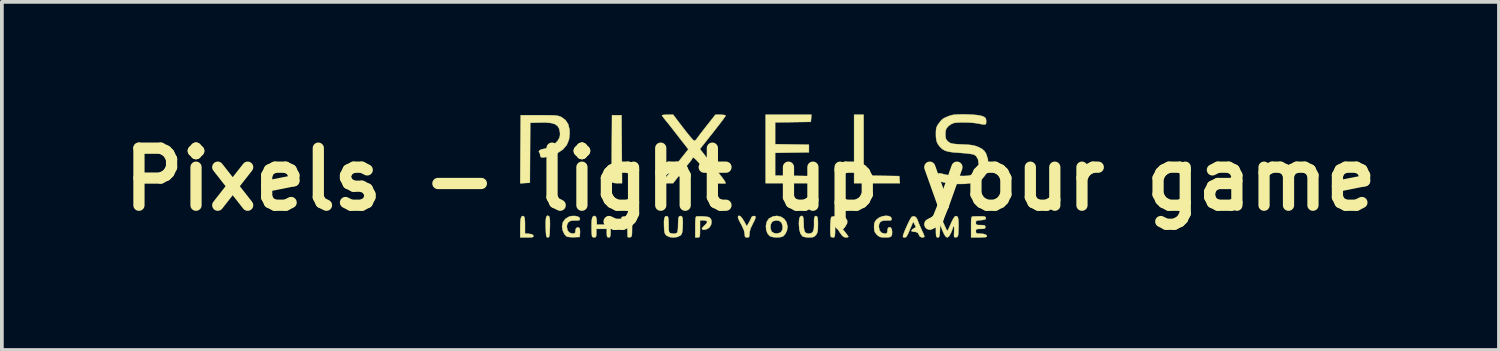
<source format=kicad_pcb>
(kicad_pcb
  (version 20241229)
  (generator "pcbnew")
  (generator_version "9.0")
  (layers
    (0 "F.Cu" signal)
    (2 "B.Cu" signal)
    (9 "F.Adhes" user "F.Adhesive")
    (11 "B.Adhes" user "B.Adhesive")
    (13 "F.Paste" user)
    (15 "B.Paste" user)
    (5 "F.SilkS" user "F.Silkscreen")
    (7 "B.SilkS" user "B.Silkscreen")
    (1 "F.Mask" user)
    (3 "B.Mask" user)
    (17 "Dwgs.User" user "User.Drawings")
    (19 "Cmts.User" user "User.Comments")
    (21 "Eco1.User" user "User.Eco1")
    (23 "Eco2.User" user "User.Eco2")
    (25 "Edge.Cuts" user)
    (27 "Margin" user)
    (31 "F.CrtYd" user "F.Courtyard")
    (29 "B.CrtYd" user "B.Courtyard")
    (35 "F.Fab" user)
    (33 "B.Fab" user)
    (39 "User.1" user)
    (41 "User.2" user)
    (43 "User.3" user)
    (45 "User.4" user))
  (footprint "Pixels - light up your game"
    (layer "F.Cu")
    (at 16.989 1.741)
    (property "Reference" "Pixels - light up your game" (at 0 0 0) (layer "F.SilkS") (effects (font (size 1.524 1.524) (thickness 0.3))))
    (attr through_hole)
    (fp_poly (pts (xy 3.023 -0.103) (xy 3.499 -0.096) (xy 3.975 -0.089) (xy 3.991 0.102) (xy 2.769 0.102) (xy 2.769 -1.727) (xy 3.023 -1.727) (xy 3.023 -0.103)) (stroke (width 0.01) (type solid)) (fill yes) (layer "F.SilkS"))
    (fp_poly (pts (xy 1.613 -1.537) (xy 0.66 -1.523) (xy 0.66 -0.941) (xy 1.111 -0.934) (xy 1.562 -0.927) (xy 1.562 -0.724) (xy 0.66 -0.71) (xy 0.66 -0.103) (xy 1.149 -0.096) (xy 1.638 -0.089) (xy 1.654 0.102) (xy 0.406 0.102) (xy 0.406 -1.727) (xy 1.629 -1.727) (xy 1.613 -1.537)) (stroke (width 0.01) (type solid)) (fill yes) (layer "F.SilkS"))
    (fp_poly (pts (xy -3.435 -0.806) (xy -3.428 0.102) (xy -3.556 0.102) (xy -3.642 0.095) (xy -3.691 0.078) (xy -3.697 0.07) (xy -3.7 0.038) (xy -3.702 -0.039) (xy -3.703 -0.155) (xy -3.704 -0.303) (xy -3.704 -0.477) (xy -3.703 -0.672) (xy -3.702 -0.838) (xy -3.696 -1.714) (xy -3.442 -1.714) (xy -3.435 -0.806)) (stroke (width 0.01) (type solid)) (fill yes) (layer "F.SilkS"))
    (fp_poly (pts (xy -6.055 0.983) (xy -6.037 1.004) (xy -6.026 1.058) (xy -6.02 1.15) (xy -6.02 1.22) (xy -6.02 1.445) (xy -5.912 1.453) (xy -5.836 1.465) (xy -5.801 1.491) (xy -5.796 1.505) (xy -5.797 1.528) (xy -5.82 1.542) (xy -5.872 1.548) (xy -5.966 1.549) (xy -5.967 1.549) (xy -6.147 1.549) (xy -6.147 1.288) (xy -6.144 1.148) (xy -6.134 1.053) (xy -6.115 0.998) (xy -6.086 0.977) (xy -6.055 0.983)) (stroke (width 0.01) (type solid)) (fill yes) (layer "F.SilkS"))
    (fp_poly (pts (xy -5.378 0.985) (xy -5.363 1.017) (xy -5.355 1.085) (xy -5.353 1.194) (xy -5.355 1.28) (xy -5.359 1.401) (xy -5.365 1.479) (xy -5.374 1.524) (xy -5.388 1.544) (xy -5.409 1.549) (xy -5.41 1.549) (xy -5.432 1.545) (xy -5.446 1.525) (xy -5.455 1.482) (xy -5.461 1.407) (xy -5.465 1.289) (xy -5.466 1.28) (xy -5.467 1.135) (xy -5.459 1.036) (xy -5.441 0.981) (xy -5.413 0.967) (xy -5.378 0.985)) (stroke (width 0.01) (type solid)) (fill yes) (layer "F.SilkS"))
    (fp_poly (pts (xy -0.279 0.977) (xy -0.277 0.977) (xy -0.246 1.006) (xy -0.202 1.065) (xy -0.168 1.12) (xy -0.096 1.25) (xy -0.035 1.143) (xy 0.00036 1.076) (xy 0.022 1.028) (xy 0.025 1.016) (xy 0.046 0.989) (xy 0.09 0.976) (xy 0.131 0.985) (xy 0.134 0.988) (xy 0.136 1.024) (xy 0.109 1.096) (xy 0.067 1.177) (xy 0.005 1.305) (xy -0.023 1.409) (xy -0.025 1.446) (xy -0.029 1.512) (xy -0.044 1.542) (xy -0.081 1.549) (xy -0.089 1.549) (xy -0.131 1.543) (xy -0.149 1.514) (xy -0.152 1.457) (xy -0.171 1.361) (xy -0.229 1.233) (xy -0.255 1.186) (xy -0.311 1.078) (xy -0.334 1.007) (xy -0.323 0.973) (xy -0.279 0.977)) (stroke (width 0.01) (type solid)) (fill yes) (layer "F.SilkS"))
    (fp_poly (pts (xy -3.122 0.986) (xy -3.066 0.993) (xy -3.039 1.007) (xy -3.028 1.032) (xy -3.027 1.037) (xy -3.034 1.077) (xy -3.076 1.095) (xy -3.089 1.097) (xy -3.159 1.105) (xy -3.161 1.321) (xy -3.162 1.426) (xy -3.167 1.49) (xy -3.178 1.525) (xy -3.197 1.54) (xy -3.219 1.545) (xy -3.265 1.543) (xy -3.279 1.532) (xy -3.28 1.498) (xy -3.282 1.428) (xy -3.285 1.334) (xy -3.285 1.308) (xy -3.288 1.207) (xy -3.294 1.146) (xy -3.306 1.115) (xy -3.328 1.102) (xy -3.357 1.097) (xy -3.412 1.078) (xy -3.442 1.045) (xy -3.437 1.01) (xy -3.426 1.001) (xy -3.389 0.993) (xy -3.317 0.988) (xy -3.224 0.985) (xy -3.218 0.985) (xy -3.122 0.986)) (stroke (width 0.01) (type solid)) (fill yes) (layer "F.SilkS"))
    (fp_poly (pts (xy -1.229 0.99) (xy -1.142 1.001) (xy -1.093 1.015) (xy -1.051 1.064) (xy -1.037 1.136) (xy -1.052 1.214) (xy -1.094 1.281) (xy -1.108 1.294) (xy -1.169 1.328) (xy -1.231 1.345) (xy -1.278 1.34) (xy -1.295 1.316) (xy -1.277 1.282) (xy -1.232 1.235) (xy -1.215 1.219) (xy -1.162 1.162) (xy -1.157 1.121) (xy -1.199 1.097) (xy -1.259 1.092) (xy -1.346 1.092) (xy -1.346 1.321) (xy -1.347 1.429) (xy -1.35 1.496) (xy -1.359 1.532) (xy -1.376 1.547) (xy -1.404 1.549) (xy -1.41 1.549) (xy -1.473 1.549) (xy -1.473 1.27) (xy -1.471 1.138) (xy -1.466 1.051) (xy -1.456 1.003) (xy -1.441 0.988) (xy -1.335 0.985) (xy -1.229 0.99)) (stroke (width 0.01) (type solid)) (fill yes) (layer "F.SilkS"))
    (fp_poly (pts (xy -4.615 0.989) (xy -4.564 1.02) (xy -4.551 1.06) (xy -4.566 1.086) (xy -4.606 1.097) (xy -4.682 1.096) (xy -4.791 1.102) (xy -4.862 1.14) (xy -4.897 1.211) (xy -4.902 1.27) (xy -4.883 1.364) (xy -4.829 1.425) (xy -4.745 1.448) (xy -4.741 1.448) (xy -4.693 1.44) (xy -4.675 1.406) (xy -4.674 1.374) (xy -4.659 1.31) (xy -4.631 1.285) (xy -4.582 1.282) (xy -4.556 1.32) (xy -4.55 1.403) (xy -4.551 1.425) (xy -4.559 1.537) (xy -4.712 1.543) (xy -4.801 1.542) (xy -4.875 1.533) (xy -4.909 1.523) (xy -4.967 1.462) (xy -5.01 1.37) (xy -5.029 1.263) (xy -5.029 1.249) (xy -5.006 1.141) (xy -4.941 1.054) (xy -4.844 0.995) (xy -4.786 0.98) (xy -4.693 0.975) (xy -4.615 0.989)) (stroke (width 0.01) (type solid)) (fill yes) (layer "F.SilkS"))
    (fp_poly (pts (xy 1.402 0.993) (xy 1.418 1.059) (xy 1.422 1.172) (xy 1.427 1.296) (xy 1.442 1.378) (xy 1.473 1.425) (xy 1.524 1.445) (xy 1.564 1.448) (xy 1.63 1.434) (xy 1.674 1.39) (xy 1.696 1.31) (xy 1.7 1.188) (xy 1.699 1.167) (xy 1.7 1.061) (xy 1.713 0.999) (xy 1.74 0.977) (xy 1.766 0.982) (xy 1.786 1.002) (xy 1.797 1.05) (xy 1.803 1.135) (xy 1.803 1.206) (xy 1.801 1.318) (xy 1.793 1.393) (xy 1.775 1.445) (xy 1.751 1.482) (xy 1.711 1.523) (xy 1.662 1.543) (xy 1.585 1.549) (xy 1.565 1.549) (xy 1.481 1.544) (xy 1.413 1.529) (xy 1.39 1.518) (xy 1.337 1.447) (xy 1.305 1.333) (xy 1.295 1.183) (xy 1.301 1.072) (xy 1.32 1.007) (xy 1.332 0.992) (xy 1.374 0.971) (xy 1.402 0.993)) (stroke (width 0.01) (type solid)) (fill yes) (layer "F.SilkS"))
    (fp_poly (pts (xy 0.818 0.999) (xy 0.905 1.058) (xy 0.966 1.147) (xy 0.99 1.261) (xy 0.991 1.27) (xy 0.975 1.365) (xy 0.933 1.453) (xy 0.877 1.516) (xy 0.865 1.523) (xy 0.794 1.543) (xy 0.699 1.549) (xy 0.603 1.54) (xy 0.528 1.518) (xy 0.514 1.51) (xy 0.454 1.44) (xy 0.421 1.343) (xy 0.417 1.279) (xy 0.534 1.279) (xy 0.551 1.36) (xy 0.575 1.401) (xy 0.639 1.438) (xy 0.721 1.445) (xy 0.797 1.42) (xy 0.817 1.406) (xy 0.854 1.342) (xy 0.861 1.257) (xy 0.838 1.173) (xy 0.824 1.149) (xy 0.766 1.105) (xy 0.687 1.093) (xy 0.609 1.114) (xy 0.58 1.134) (xy 0.544 1.196) (xy 0.534 1.279) (xy 0.417 1.279) (xy 0.414 1.236) (xy 0.436 1.134) (xy 0.486 1.055) (xy 0.499 1.043) (xy 0.605 0.987) (xy 0.714 0.974) (xy 0.818 0.999)) (stroke (width 0.01) (type solid)) (fill yes) (layer "F.SilkS"))
    (fp_poly (pts (xy -4.124 1.002) (xy -4.106 1.073) (xy -4.104 1.111) (xy -4.102 1.206) (xy -3.848 1.206) (xy -3.835 1.092) (xy -3.824 1.026) (xy -3.81 0.988) (xy -3.804 0.984) (xy -3.762 0.991) (xy -3.759 0.991) (xy -3.748 1.015) (xy -3.739 1.083) (xy -3.735 1.19) (xy -3.734 1.27) (xy -3.734 1.392) (xy -3.737 1.473) (xy -3.744 1.52) (xy -3.756 1.542) (xy -3.775 1.549) (xy -3.785 1.549) (xy -3.816 1.542) (xy -3.831 1.511) (xy -3.835 1.443) (xy -3.835 1.435) (xy -3.835 1.321) (xy -4.115 1.321) (xy -4.115 1.435) (xy -4.118 1.507) (xy -4.133 1.541) (xy -4.161 1.549) (xy -4.21 1.541) (xy -4.225 1.532) (xy -4.232 1.501) (xy -4.238 1.431) (xy -4.241 1.334) (xy -4.242 1.269) (xy -4.24 1.146) (xy -4.233 1.064) (xy -4.22 1.014) (xy -4.203 0.99) (xy -4.158 0.973) (xy -4.124 1.002)) (stroke (width 0.01) (type solid)) (fill yes) (layer "F.SilkS"))
    (fp_poly (pts (xy 3.696 0.979) (xy 3.751 1.007) (xy 3.772 1.055) (xy 3.765 1.083) (xy 3.737 1.096) (xy 3.675 1.097) (xy 3.642 1.096) (xy 3.536 1.101) (xy 3.469 1.134) (xy 3.435 1.198) (xy 3.429 1.268) (xy 3.448 1.363) (xy 3.501 1.425) (xy 3.585 1.448) (xy 3.59 1.448) (xy 3.638 1.44) (xy 3.656 1.408) (xy 3.658 1.371) (xy 3.671 1.306) (xy 3.698 1.278) (xy 3.744 1.282) (xy 3.774 1.329) (xy 3.784 1.401) (xy 3.779 1.478) (xy 3.757 1.523) (xy 3.706 1.544) (xy 3.617 1.549) (xy 3.602 1.549) (xy 3.512 1.546) (xy 3.452 1.533) (xy 3.405 1.502) (xy 3.376 1.475) (xy 3.33 1.42) (xy 3.308 1.362) (xy 3.302 1.278) (xy 3.302 1.27) (xy 3.307 1.183) (xy 3.328 1.124) (xy 3.372 1.069) (xy 3.374 1.067) (xy 3.446 1.015) (xy 3.532 0.983) (xy 3.619 0.971) (xy 3.696 0.979)) (stroke (width 0.01) (type solid)) (fill yes) (layer "F.SilkS"))
    (fp_poly (pts (xy 4.419 1.008) (xy 4.457 1.068) (xy 4.459 1.073) (xy 4.483 1.139) (xy 4.523 1.235) (xy 4.57 1.343) (xy 4.613 1.433) (xy 4.641 1.501) (xy 4.642 1.536) (xy 4.61 1.548) (xy 4.586 1.549) (xy 4.529 1.53) (xy 4.507 1.492) (xy 4.474 1.431) (xy 4.418 1.402) (xy 4.36 1.397) (xy 4.308 1.388) (xy 4.3 1.362) (xy 4.336 1.325) (xy 4.413 1.28) (xy 4.415 1.279) (xy 4.411 1.256) (xy 4.388 1.207) (xy 4.385 1.202) (xy 4.347 1.13) (xy 4.293 1.257) (xy 4.241 1.379) (xy 4.204 1.461) (xy 4.177 1.511) (xy 4.156 1.538) (xy 4.135 1.548) (xy 4.113 1.549) (xy 4.076 1.541) (xy 4.074 1.505) (xy 4.078 1.492) (xy 4.106 1.412) (xy 4.146 1.315) (xy 4.192 1.212) (xy 4.238 1.117) (xy 4.278 1.043) (xy 4.307 1.001) (xy 4.31 0.998) (xy 4.365 0.982) (xy 4.419 1.008)) (stroke (width 0.01) (type solid)) (fill yes) (layer "F.SilkS"))
    (fp_poly (pts (xy -1.824 0.999) (xy -1.809 1.058) (xy -1.805 1.158) (xy -1.807 1.231) (xy -1.813 1.341) (xy -1.822 1.412) (xy -1.837 1.457) (xy -1.862 1.489) (xy -1.876 1.501) (xy -1.956 1.538) (xy -2.057 1.55) (xy -2.159 1.538) (xy -2.238 1.501) (xy -2.269 1.47) (xy -2.288 1.43) (xy -2.3 1.366) (xy -2.306 1.267) (xy -2.307 1.247) (xy -2.308 1.113) (xy -2.295 1.026) (xy -2.267 0.983) (xy -2.223 0.981) (xy -2.221 0.982) (xy -2.202 1.003) (xy -2.19 1.054) (xy -2.185 1.143) (xy -2.184 1.208) (xy -2.183 1.312) (xy -2.178 1.376) (xy -2.167 1.412) (xy -2.146 1.431) (xy -2.127 1.438) (xy -2.047 1.451) (xy -1.98 1.438) (xy -1.95 1.413) (xy -1.941 1.375) (xy -1.934 1.301) (xy -1.931 1.206) (xy -1.931 1.19) (xy -1.927 1.079) (xy -1.917 1.012) (xy -1.898 0.984) (xy -1.896 0.983) (xy -1.852 0.976) (xy -1.824 0.999)) (stroke (width 0.01) (type solid)) (fill yes) (layer "F.SilkS"))
    (fp_poly (pts (xy 2.392 0.993) (xy 2.478 1.008) (xy 2.537 1.028) (xy 2.546 1.035) (xy 2.585 1.1) (xy 2.581 1.177) (xy 2.532 1.254) (xy 2.527 1.26) (xy 2.462 1.324) (xy 2.539 1.422) (xy 2.584 1.481) (xy 2.612 1.523) (xy 2.616 1.534) (xy 2.594 1.545) (xy 2.546 1.549) (xy 2.497 1.538) (xy 2.45 1.5) (xy 2.394 1.426) (xy 2.349 1.356) (xy 2.319 1.302) (xy 2.311 1.28) (xy 2.333 1.255) (xy 2.384 1.228) (xy 2.39 1.226) (xy 2.45 1.19) (xy 2.463 1.15) (xy 2.431 1.116) (xy 2.358 1.097) (xy 2.356 1.097) (xy 2.261 1.089) (xy 2.261 1.319) (xy 2.26 1.429) (xy 2.255 1.497) (xy 2.246 1.533) (xy 2.229 1.548) (xy 2.214 1.549) (xy 2.166 1.541) (xy 2.151 1.532) (xy 2.14 1.497) (xy 2.134 1.426) (xy 2.132 1.333) (xy 2.134 1.231) (xy 2.139 1.133) (xy 2.148 1.054) (xy 2.159 1.007) (xy 2.163 1.001) (xy 2.216 0.988) (xy 2.298 0.985) (xy 2.392 0.993)) (stroke (width 0.01) (type solid)) (fill yes) (layer "F.SilkS"))
    (fp_poly (pts (xy -5.466 -1.714) (xy -5.335 -1.712) (xy -5.239 -1.709) (xy -5.169 -1.702) (xy -5.118 -1.692) (xy -5.077 -1.678) (xy -5.042 -1.661) (xy -4.936 -1.582) (xy -4.866 -1.474) (xy -4.831 -1.331) (xy -4.826 -1.237) (xy -4.845 -1.066) (xy -4.904 -0.921) (xy -5.004 -0.802) (xy -5.148 -0.706) (xy -5.337 -0.631) (xy -5.358 -0.625) (xy -5.475 -0.594) (xy -5.551 -0.585) (xy -5.595 -0.596) (xy -5.612 -0.63) (xy -5.613 -0.646) (xy -5.624 -0.701) (xy -5.643 -0.726) (xy -5.65 -0.751) (xy -5.624 -0.78) (xy -5.576 -0.804) (xy -5.526 -0.813) (xy -5.436 -0.832) (xy -5.332 -0.879) (xy -5.232 -0.946) (xy -5.155 -1.021) (xy -5.142 -1.039) (xy -5.098 -1.117) (xy -5.083 -1.186) (xy -5.086 -1.258) (xy -5.108 -1.356) (xy -5.151 -1.428) (xy -5.222 -1.478) (xy -5.327 -1.507) (xy -5.47 -1.52) (xy -5.626 -1.519) (xy -5.88 -1.511) (xy -5.885 -0.711) (xy -5.889 0.089) (xy -6.018 0.097) (xy -6.147 0.104) (xy -6.141 -0.805) (xy -6.134 -1.714) (xy -5.639 -1.714) (xy -5.466 -1.714)) (stroke (width 0.01) (type solid)) (fill yes) (layer "F.SilkS"))
    (fp_poly (pts (xy 6.178 0.986) (xy 6.238 0.99) (xy 6.271 1) (xy 6.285 1.017) (xy 6.287 1.032) (xy 6.278 1.061) (xy 6.245 1.077) (xy 6.175 1.086) (xy 6.153 1.087) (xy 6.075 1.094) (xy 6.036 1.106) (xy 6.021 1.132) (xy 6.02 1.157) (xy 6.024 1.194) (xy 6.046 1.212) (xy 6.097 1.219) (xy 6.147 1.219) (xy 6.223 1.222) (xy 6.261 1.233) (xy 6.273 1.258) (xy 6.274 1.27) (xy 6.267 1.3) (xy 6.239 1.316) (xy 6.176 1.321) (xy 6.147 1.321) (xy 6.071 1.323) (xy 6.034 1.333) (xy 6.021 1.359) (xy 6.02 1.384) (xy 6.024 1.422) (xy 6.046 1.441) (xy 6.098 1.447) (xy 6.144 1.448) (xy 6.226 1.456) (xy 6.287 1.477) (xy 6.316 1.506) (xy 6.307 1.533) (xy 6.276 1.541) (xy 6.207 1.546) (xy 6.114 1.549) (xy 6.092 1.549) (xy 5.893 1.549) (xy 5.893 1.27) (xy 5.893 1.148) (xy 5.896 1.067) (xy 5.903 1.02) (xy 5.915 0.997) (xy 5.934 0.99) (xy 5.944 0.989) (xy 6.082 0.985) (xy 6.178 0.986)) (stroke (width 0.01) (type solid)) (fill yes) (layer "F.SilkS"))
    (fp_poly (pts (xy 5.078 1.023) (xy 5.135 1.119) (xy 5.167 1.192) (xy 5.205 1.277) (xy 5.236 1.341) (xy 5.255 1.371) (xy 5.256 1.372) (xy 5.275 1.351) (xy 5.301 1.299) (xy 5.305 1.289) (xy 5.367 1.148) (xy 5.416 1.051) (xy 5.453 0.997) (xy 5.473 0.982) (xy 5.512 0.98) (xy 5.539 1.012) (xy 5.554 1.083) (xy 5.559 1.197) (xy 5.557 1.286) (xy 5.553 1.401) (xy 5.548 1.474) (xy 5.538 1.516) (xy 5.522 1.536) (xy 5.497 1.544) (xy 5.49 1.545) (xy 5.458 1.547) (xy 5.441 1.533) (xy 5.436 1.492) (xy 5.439 1.414) (xy 5.44 1.399) (xy 5.441 1.318) (xy 5.437 1.262) (xy 5.429 1.245) (xy 5.411 1.264) (xy 5.41 1.272) (xy 5.401 1.309) (xy 5.377 1.375) (xy 5.356 1.425) (xy 5.31 1.511) (xy 5.267 1.548) (xy 5.224 1.535) (xy 5.178 1.474) (xy 5.132 1.372) (xy 5.067 1.206) (xy 5.06 1.378) (xy 5.054 1.47) (xy 5.045 1.522) (xy 5.028 1.545) (xy 5.003 1.549) (xy 4.981 1.546) (xy 4.967 1.53) (xy 4.958 1.492) (xy 4.954 1.423) (xy 4.953 1.316) (xy 4.953 1.271) (xy 4.955 1.157) (xy 4.961 1.062) (xy 4.97 0.999) (xy 4.978 0.978) (xy 5.025 0.976) (xy 5.078 1.023)) (stroke (width 0.01) (type solid)) (fill yes) (layer "F.SilkS"))
    (fp_poly (pts (xy -1.952 -1.581) (xy -1.814 -1.401) (xy -1.704 -1.259) (xy -1.619 -1.154) (xy -1.557 -1.083) (xy -1.515 -1.042) (xy -1.491 -1.031) (xy -1.489 -1.031) (xy -1.453 -1.06) (xy -1.427 -1.094) (xy -1.4 -1.132) (xy -1.348 -1.201) (xy -1.278 -1.292) (xy -1.196 -1.397) (xy -1.165 -1.436) (xy -0.935 -1.727) (xy -0.798 -1.727) (xy -0.722 -1.723) (xy -0.672 -1.713) (xy -0.66 -1.704) (xy -0.676 -1.678) (xy -0.718 -1.618) (xy -0.783 -1.531) (xy -0.866 -1.423) (xy -0.963 -1.299) (xy -1.004 -1.246) (xy -1.348 -0.812) (xy -1.126 -0.527) (xy -1.032 -0.405) (xy -0.934 -0.28) (xy -0.845 -0.167) (xy -0.775 -0.078) (xy -0.771 -0.072) (xy -0.709 0.01) (xy -0.672 0.071) (xy -0.664 0.103) (xy -0.668 0.106) (xy -0.71 0.109) (xy -0.782 0.108) (xy -0.818 0.107) (xy -0.938 0.099) (xy -1.21 -0.243) (xy -1.329 -0.389) (xy -1.422 -0.495) (xy -1.488 -0.56) (xy -1.53 -0.587) (xy -1.548 -0.576) (xy -1.549 -0.565) (xy -1.564 -0.535) (xy -1.601 -0.485) (xy -1.607 -0.478) (xy -1.644 -0.432) (xy -1.705 -0.356) (xy -1.78 -0.261) (xy -1.862 -0.157) (xy -1.864 -0.154) (xy -2.065 0.102) (xy -2.215 0.102) (xy -2.301 0.099) (xy -2.342 0.09) (xy -2.348 0.072) (xy -2.346 0.07) (xy -2.326 0.041) (xy -2.278 -0.021) (xy -2.209 -0.11) (xy -2.122 -0.219) (xy -2.024 -0.343) (xy -1.993 -0.383) (xy -1.658 -0.804) (xy -1.705 -0.865) (xy -1.746 -0.918) (xy -1.773 -0.953) (xy -1.796 -0.982) (xy -1.843 -1.042) (xy -1.907 -1.125) (xy -1.98 -1.219) (xy -2.065 -1.328) (xy -2.149 -1.435) (xy -2.222 -1.526) (xy -2.265 -1.578) (xy -2.316 -1.643) (xy -2.352 -1.692) (xy -2.362 -1.712) (xy -2.339 -1.72) (xy -2.279 -1.726) (xy -2.212 -1.727) (xy -2.062 -1.727) (xy -1.952 -1.581)) (stroke (width 0.01) (type solid)) (fill yes) (layer "F.SilkS"))
    (fp_poly (pts (xy 5.74 -1.736) (xy 5.905 -1.73) (xy 6.044 -1.719) (xy 6.146 -1.702) (xy 6.172 -1.695) (xy 6.243 -1.668) (xy 6.279 -1.638) (xy 6.293 -1.592) (xy 6.295 -1.575) (xy 6.295 -1.512) (xy 6.283 -1.473) (xy 6.282 -1.472) (xy 6.248 -1.466) (xy 6.181 -1.473) (xy 6.109 -1.487) (xy 5.999 -1.506) (xy 5.86 -1.518) (xy 5.712 -1.523) (xy 5.573 -1.521) (xy 5.46 -1.512) (xy 5.437 -1.508) (xy 5.366 -1.479) (xy 5.293 -1.428) (xy 5.282 -1.417) (xy 5.236 -1.363) (xy 5.214 -1.307) (xy 5.207 -1.227) (xy 5.207 -1.207) (xy 5.211 -1.122) (xy 5.227 -1.068) (xy 5.263 -1.025) (xy 5.281 -1.009) (xy 5.317 -0.982) (xy 5.357 -0.964) (xy 5.413 -0.951) (xy 5.494 -0.943) (xy 5.611 -0.936) (xy 5.658 -0.934) (xy 5.799 -0.927) (xy 5.903 -0.917) (xy 5.984 -0.901) (xy 6.056 -0.877) (xy 6.101 -0.858) (xy 6.189 -0.811) (xy 6.246 -0.761) (xy 6.29 -0.693) (xy 6.295 -0.681) (xy 6.341 -0.541) (xy 6.35 -0.391) (xy 6.327 -0.246) (xy 6.272 -0.117) (xy 6.189 -0.017) (xy 6.173 -0.005) (xy 6.059 0.055) (xy 5.906 0.096) (xy 5.724 0.119) (xy 5.523 0.122) (xy 5.313 0.105) (xy 5.232 0.092) (xy 5.143 0.074) (xy 5.071 0.056) (xy 5.036 0.043) (xy 5.015 0.006) (xy 5.005 -0.055) (xy 5.006 -0.118) (xy 5.021 -0.159) (xy 5.025 -0.162) (xy 5.059 -0.163) (xy 5.124 -0.15) (xy 5.171 -0.136) (xy 5.264 -0.117) (xy 5.394 -0.102) (xy 5.544 -0.094) (xy 5.575 -0.093) (xy 5.704 -0.092) (xy 5.795 -0.096) (xy 5.859 -0.106) (xy 5.909 -0.123) (xy 5.944 -0.141) (xy 6.036 -0.217) (xy 6.085 -0.316) (xy 6.096 -0.412) (xy 6.079 -0.534) (xy 6.028 -0.622) (xy 5.973 -0.661) (xy 5.922 -0.674) (xy 5.833 -0.688) (xy 5.718 -0.7) (xy 5.59 -0.71) (xy 5.588 -0.71) (xy 5.425 -0.722) (xy 5.303 -0.739) (xy 5.212 -0.763) (xy 5.142 -0.798) (xy 5.084 -0.847) (xy 5.064 -0.868) (xy 5.006 -0.942) (xy 4.972 -1.019) (xy 4.956 -1.114) (xy 4.953 -1.214) (xy 4.956 -1.315) (xy 4.968 -1.385) (xy 4.994 -1.443) (xy 5.025 -1.488) (xy 5.083 -1.563) (xy 5.134 -1.613) (xy 5.198 -1.65) (xy 5.291 -1.689) (xy 5.296 -1.691) (xy 5.363 -1.713) (xy 5.435 -1.727) (xy 5.527 -1.734) (xy 5.649 -1.736) (xy 5.74 -1.736)) (stroke (width 0.01) (type solid)) (fill yes) (layer "F.SilkS")))
  (gr_rect
    (start -3 -3)
    (end 36.978 6.297)
    (stroke (width 0.1) (type default))
    (fill no)
    (layer "Edge.Cuts")))
</source>
